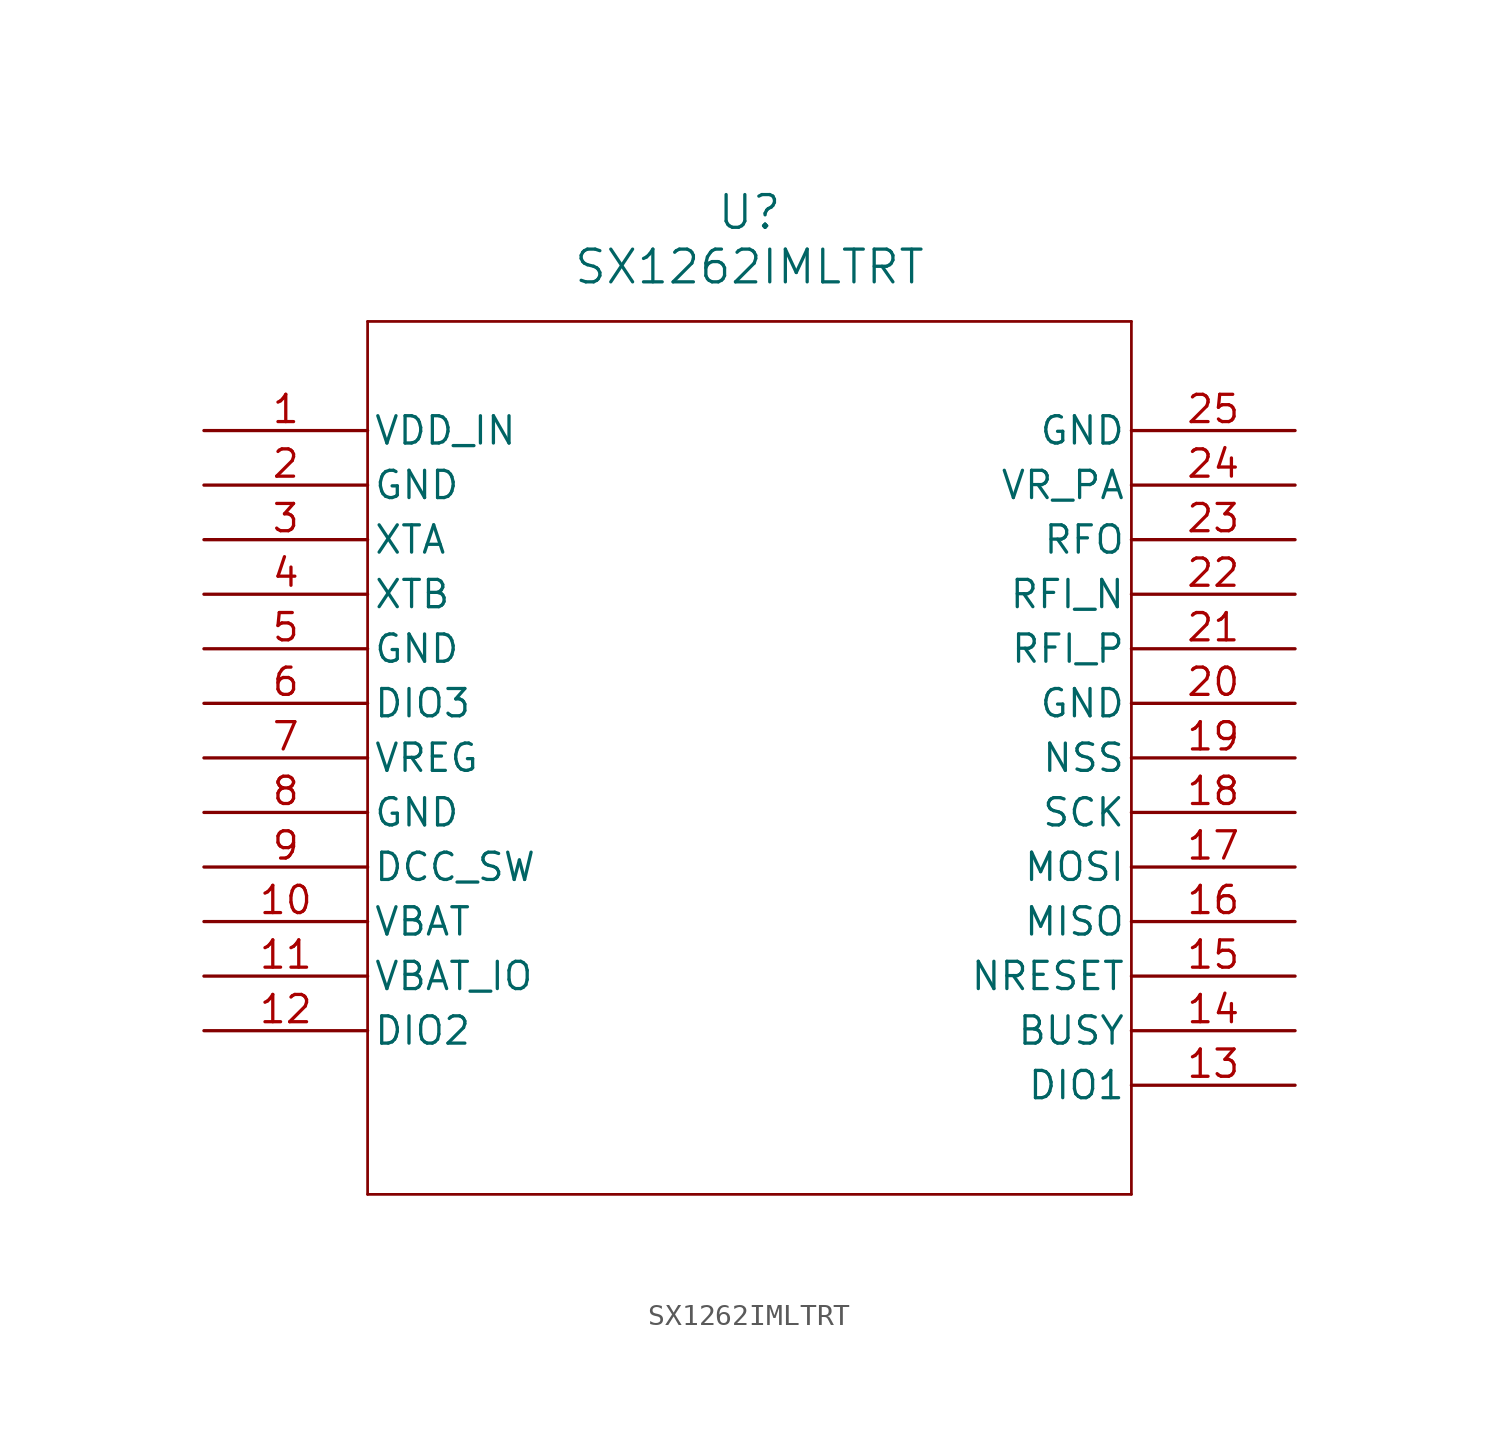
<source format=kicad_sym>
(kicad_symbol_lib
  (version 20211014)
  (generator kicad_symbol_editor)
  (symbol "SX1262IMLTRT"
    (pin_names
      (offset 0.254))
    (property "Reference" "U"
      (at 25.4 10.16 0)
      (effects (font (size 1.524 1.524))))
    (property "Value" "SX1262IMLTRT"
      (at 25.4 7.62 0)
      (effects (font (size 1.524 1.524))))
    (symbol "SX1262IMLTRT_0_1"
      (polyline (pts (xy 7.62 5.08) (xy 7.62 -35.56)) (stroke (width 0.127) (type default) (color 0 0 0 0)) (fill (type none)))
      (polyline (pts (xy 7.62 -35.56) (xy 43.18 -35.56)) (stroke (width 0.127) (type default) (color 0 0 0 0)) (fill (type none)))
      (polyline (pts (xy 43.18 -35.56) (xy 43.18 5.08)) (stroke (width 0.127) (type default) (color 0 0 0 0)) (fill (type none)))
      (polyline (pts (xy 43.18 5.08) (xy 7.62 5.08)) (stroke (width 0.127) (type default) (color 0 0 0 0)) (fill (type none)))
      (pin power_in line (at 0 0 0) (length 7.62) (name "VDD_IN" (effects (font (size 1.27 1.27)))) (number "1" (effects (font (size 1.27 1.27)))))
      (pin power_out line (at 0 -2.54 0) (length 7.62) (name "GND" (effects (font (size 1.27 1.27)))) (number "2" (effects (font (size 1.27 1.27)))))
      (pin unspecified line (at 0 -5.08 0) (length 7.62) (name "XTA" (effects (font (size 1.27 1.27)))) (number "3" (effects (font (size 1.27 1.27)))))
      (pin unspecified line (at 0 -7.62 0) (length 7.62) (name "XTB" (effects (font (size 1.27 1.27)))) (number "4" (effects (font (size 1.27 1.27)))))
      (pin power_out line (at 0 -10.16 0) (length 7.62) (name "GND" (effects (font (size 1.27 1.27)))) (number "5" (effects (font (size 1.27 1.27)))))
      (pin bidirectional line (at 0 -12.7 0) (length 7.62) (name "DIO3" (effects (font (size 1.27 1.27)))) (number "6" (effects (font (size 1.27 1.27)))))
      (pin output line (at 0 -15.24 0) (length 7.62) (name "VREG" (effects (font (size 1.27 1.27)))) (number "7" (effects (font (size 1.27 1.27)))))
      (pin power_out line (at 0 -17.78 0) (length 7.62) (name "GND" (effects (font (size 1.27 1.27)))) (number "8" (effects (font (size 1.27 1.27)))))
      (pin output line (at 0 -20.32 0) (length 7.62) (name "DCC_SW" (effects (font (size 1.27 1.27)))) (number "9" (effects (font (size 1.27 1.27)))))
      (pin power_in line (at 0 -22.86 0) (length 7.62) (name "VBAT" (effects (font (size 1.27 1.27)))) (number "10" (effects (font (size 1.27 1.27)))))
      (pin power_in line (at 0 -25.4 0) (length 7.62) (name "VBAT_IO" (effects (font (size 1.27 1.27)))) (number "11" (effects (font (size 1.27 1.27)))))
      (pin bidirectional line (at 0 -27.94 0) (length 7.62) (name "DIO2" (effects (font (size 1.27 1.27)))) (number "12" (effects (font (size 1.27 1.27)))))
      (pin bidirectional line (at 50.8 -30.48 180) (length 7.62) (name "DIO1" (effects (font (size 1.27 1.27)))) (number "13" (effects (font (size 1.27 1.27)))))
      (pin output line (at 50.8 -27.94 180) (length 7.62) (name "BUSY" (effects (font (size 1.27 1.27)))) (number "14" (effects (font (size 1.27 1.27)))))
      (pin input line (at 50.8 -25.4 180) (length 7.62) (name "NRESET" (effects (font (size 1.27 1.27)))) (number "15" (effects (font (size 1.27 1.27)))))
      (pin output line (at 50.8 -22.86 180) (length 7.62) (name "MISO" (effects (font (size 1.27 1.27)))) (number "16" (effects (font (size 1.27 1.27)))))
      (pin input line (at 50.8 -20.32 180) (length 7.62) (name "MOSI" (effects (font (size 1.27 1.27)))) (number "17" (effects (font (size 1.27 1.27)))))
      (pin unspecified line (at 50.8 -17.78 180) (length 7.62) (name "SCK" (effects (font (size 1.27 1.27)))) (number "18" (effects (font (size 1.27 1.27)))))
      (pin unspecified line (at 50.8 -15.24 180) (length 7.62) (name "NSS" (effects (font (size 1.27 1.27)))) (number "19" (effects (font (size 1.27 1.27)))))
      (pin power_out line (at 50.8 -12.7 180) (length 7.62) (name "GND" (effects (font (size 1.27 1.27)))) (number "20" (effects (font (size 1.27 1.27)))))
      (pin input line (at 50.8 -10.16 180) (length 7.62) (name "RFI_P" (effects (font (size 1.27 1.27)))) (number "21" (effects (font (size 1.27 1.27)))))
      (pin input line (at 50.8 -7.62 180) (length 7.62) (name "RFI_N" (effects (font (size 1.27 1.27)))) (number "22" (effects (font (size 1.27 1.27)))))
      (pin output line (at 50.8 -5.08 180) (length 7.62) (name "RFO" (effects (font (size 1.27 1.27)))) (number "23" (effects (font (size 1.27 1.27)))))
      (pin power_in line (at 50.8 -2.54 180) (length 7.62) (name "VR_PA" (effects (font (size 1.27 1.27)))) (number "24" (effects (font (size 1.27 1.27)))))
      (pin power_out line (at 50.8 0 180) (length 7.62) (name "GND" (effects (font (size 1.27 1.27)))) (number "25" (effects (font (size 1.27 1.27))))))))
</source>
